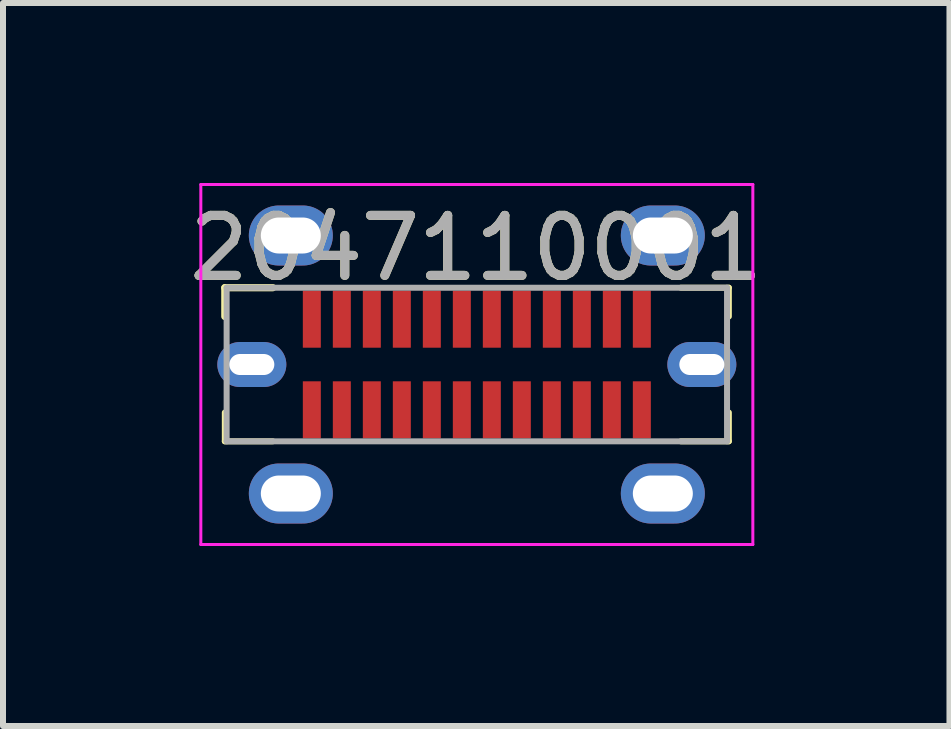
<source format=kicad_pcb>
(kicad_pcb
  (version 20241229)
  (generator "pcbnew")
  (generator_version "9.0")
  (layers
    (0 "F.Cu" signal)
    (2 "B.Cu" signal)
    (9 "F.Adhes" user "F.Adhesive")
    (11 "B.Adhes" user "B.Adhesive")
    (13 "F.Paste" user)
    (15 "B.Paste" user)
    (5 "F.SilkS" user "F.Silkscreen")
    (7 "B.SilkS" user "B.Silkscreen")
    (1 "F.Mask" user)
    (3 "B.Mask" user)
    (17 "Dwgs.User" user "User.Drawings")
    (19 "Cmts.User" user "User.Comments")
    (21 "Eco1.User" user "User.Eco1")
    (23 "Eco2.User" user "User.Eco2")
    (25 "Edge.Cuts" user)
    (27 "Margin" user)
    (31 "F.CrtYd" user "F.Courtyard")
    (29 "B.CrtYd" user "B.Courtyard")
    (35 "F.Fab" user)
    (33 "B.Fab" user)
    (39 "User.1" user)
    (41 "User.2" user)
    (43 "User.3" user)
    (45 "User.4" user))
  (footprint "2047110001"
    (layer "F.Cu")
    (at 4.897 3.025)
    (property "Reference" "2047110001" (at -0.01 -1.94 0) (layer "F.SilkS") (effects (font (size 1 1) (thickness 0.15))))
    (attr through_hole)
    (fp_line (start -4.2 -1.28) (end -3.4 -1.28) (stroke (width 0.12) (type solid)) (layer "F.SilkS"))
    (fp_line (start -4.2 -0.8) (end -4.2 -1.28) (stroke (width 0.12) (type solid)) (layer "F.SilkS"))
    (fp_line (start -4.2 1.28) (end -4.2 0.8) (stroke (width 0.1) (type solid)) (layer "F.SilkS"))
    (fp_line (start -3.4 1.28) (end -4.2 1.28) (stroke (width 0.1) (type solid)) (layer "F.SilkS"))
    (fp_line (start 3.4 -1.28) (end 4.2 -1.28) (stroke (width 0.1) (type solid)) (layer "F.SilkS"))
    (fp_line (start 3.4 1.28) (end 4.2 1.28) (stroke (width 0.1) (type solid)) (layer "F.SilkS"))
    (fp_line (start 4.2 -1.28) (end 4.2 -0.8) (stroke (width 0.1) (type solid)) (layer "F.SilkS"))
    (fp_line (start 4.2 1.28) (end 4.2 0.8) (stroke (width 0.1) (type solid)) (layer "F.SilkS"))
    (fp_line (start -4.6 -3) (end 4.6 -3) (stroke (width 0.05) (type solid)) (layer "F.CrtYd"))
    (fp_line (start -4.6 3) (end -4.6 -3) (stroke (width 0.05) (type solid)) (layer "F.CrtYd"))
    (fp_line (start 4.6 -3) (end 4.6 3) (stroke (width 0.05) (type solid)) (layer "F.CrtYd"))
    (fp_line (start 4.6 3) (end -4.6 3) (stroke (width 0.05) (type solid)) (layer "F.CrtYd"))
    (fp_line (start -4.17 -1.28) (end 4.17 -1.28) (stroke (width 0.1) (type solid)) (layer "F.Fab"))
    (fp_line (start -4.17 1.28) (end -4.17 -1.28) (stroke (width 0.1) (type solid)) (layer "F.Fab"))
    (fp_line (start 4.17 -1.28) (end 4.17 1.28) (stroke (width 0.1) (type solid)) (layer "F.Fab"))
    (fp_line (start 4.17 1.28) (end -4.17 1.28) (stroke (width 0.1) (type solid)) (layer "F.Fab"))
    (fp_text user "${REFERENCE}" (at -0.01 -1.94 0) (layer "F.Fab") (effects (font (size 1 1) (thickness 0.15))))
    (pad "A1" smd rect (at -2.75 -0.755) (size 0.3 0.95) (layers "F.Cu" "F.Mask" "F.Paste"))
    (pad "A2" smd rect (at -2.25 -0.755) (size 0.3 0.95) (layers "F.Cu" "F.Mask" "F.Paste"))
    (pad "A3" smd rect (at -1.75 -0.755) (size 0.3 0.95) (layers "F.Cu" "F.Mask" "F.Paste"))
    (pad "A4" smd rect (at -1.25 -0.755) (size 0.3 0.95) (layers "F.Cu" "F.Mask" "F.Paste"))
    (pad "A5" smd rect (at -0.75 -0.755) (size 0.3 0.95) (layers "F.Cu" "F.Mask" "F.Paste"))
    (pad "A6" smd rect (at -0.25 -0.755) (size 0.3 0.95) (layers "F.Cu" "F.Mask" "F.Paste"))
    (pad "A7" smd rect (at 0.25 -0.755) (size 0.3 0.95) (layers "F.Cu" "F.Mask" "F.Paste"))
    (pad "A8" smd rect (at 0.75 -0.755) (size 0.3 0.95) (layers "F.Cu" "F.Mask" "F.Paste"))
    (pad "A9" smd rect (at 1.25 -0.755) (size 0.3 0.95) (layers "F.Cu" "F.Mask" "F.Paste"))
    (pad "A10" smd rect (at 1.75 -0.755) (size 0.3 0.95) (layers "F.Cu" "F.Mask" "F.Paste"))
    (pad "A11" smd rect (at 2.25 -0.755) (size 0.3 0.95) (layers "F.Cu" "F.Mask" "F.Paste"))
    (pad "A12" smd rect (at 2.75 -0.755) (size 0.3 0.95) (layers "F.Cu" "F.Mask" "F.Paste"))
    (pad "B1" smd rect (at 2.75 0.755) (size 0.3 0.95) (layers "F.Cu" "F.Mask" "F.Paste"))
    (pad "B2" smd rect (at 2.25 0.755) (size 0.3 0.95) (layers "F.Cu" "F.Mask" "F.Paste"))
    (pad "B3" smd rect (at 1.75 0.755) (size 0.3 0.95) (layers "F.Cu" "F.Mask" "F.Paste"))
    (pad "B4" smd rect (at 1.25 0.755) (size 0.3 0.95) (layers "F.Cu" "F.Mask" "F.Paste"))
    (pad "B5" smd rect (at 0.75 0.755) (size 0.3 0.95) (layers "F.Cu" "F.Mask" "F.Paste"))
    (pad "B6" smd rect (at 0.25 0.755) (size 0.3 0.95) (layers "F.Cu" "F.Mask" "F.Paste"))
    (pad "B7" smd rect (at -0.25 0.755) (size 0.3 0.95) (layers "F.Cu" "F.Mask" "F.Paste"))
    (pad "B8" smd rect (at -0.75 0.755) (size 0.3 0.95) (layers "F.Cu" "F.Mask" "F.Paste"))
    (pad "B9" smd rect (at -1.25 0.755) (size 0.3 0.95) (layers "F.Cu" "F.Mask" "F.Paste"))
    (pad "B10" smd rect (at -1.75 0.755) (size 0.3 0.95) (layers "F.Cu" "F.Mask" "F.Paste"))
    (pad "B11" smd rect (at -2.25 0.755) (size 0.3 0.95) (layers "F.Cu" "F.Mask" "F.Paste"))
    (pad "B12" smd rect (at -2.75 0.755) (size 0.3 0.95) (layers "F.Cu" "F.Mask" "F.Paste"))
    (pad "MH1" thru_hole oval (at -3.75 0) (size 1.15 0.75) (drill oval 0.75 0.35) (layers "*.Cu" "*.Mask"))
    (pad "MH2" thru_hole oval (at 3.75 0) (size 1.15 0.75) (drill oval 0.75 0.35) (layers "*.Cu" "*.Mask"))
    (pad "MH3" thru_hole oval (at -3.1 -2.15) (size 1.4 1) (drill oval 1 0.6) (layers "*.Cu" "*.Mask"))
    (pad "MH4" thru_hole oval (at 3.1 -2.15) (size 1.4 1) (drill oval 1 0.6) (layers "*.Cu" "*.Mask"))
    (pad "MH5" thru_hole oval (at -3.1 2.15) (size 1.4 1) (drill oval 1 0.6) (layers "*.Cu" "*.Mask"))
    (pad "MH6" thru_hole oval (at 3.1 2.15) (size 1.4 1) (drill oval 1 0.6) (layers "*.Cu" "*.Mask")))
  (gr_rect
    (start -3 -3)
    (end 12.774 9.05)
    (stroke (width 0.1) (type default))
    (fill no)
    (layer "Edge.Cuts")))
</source>
